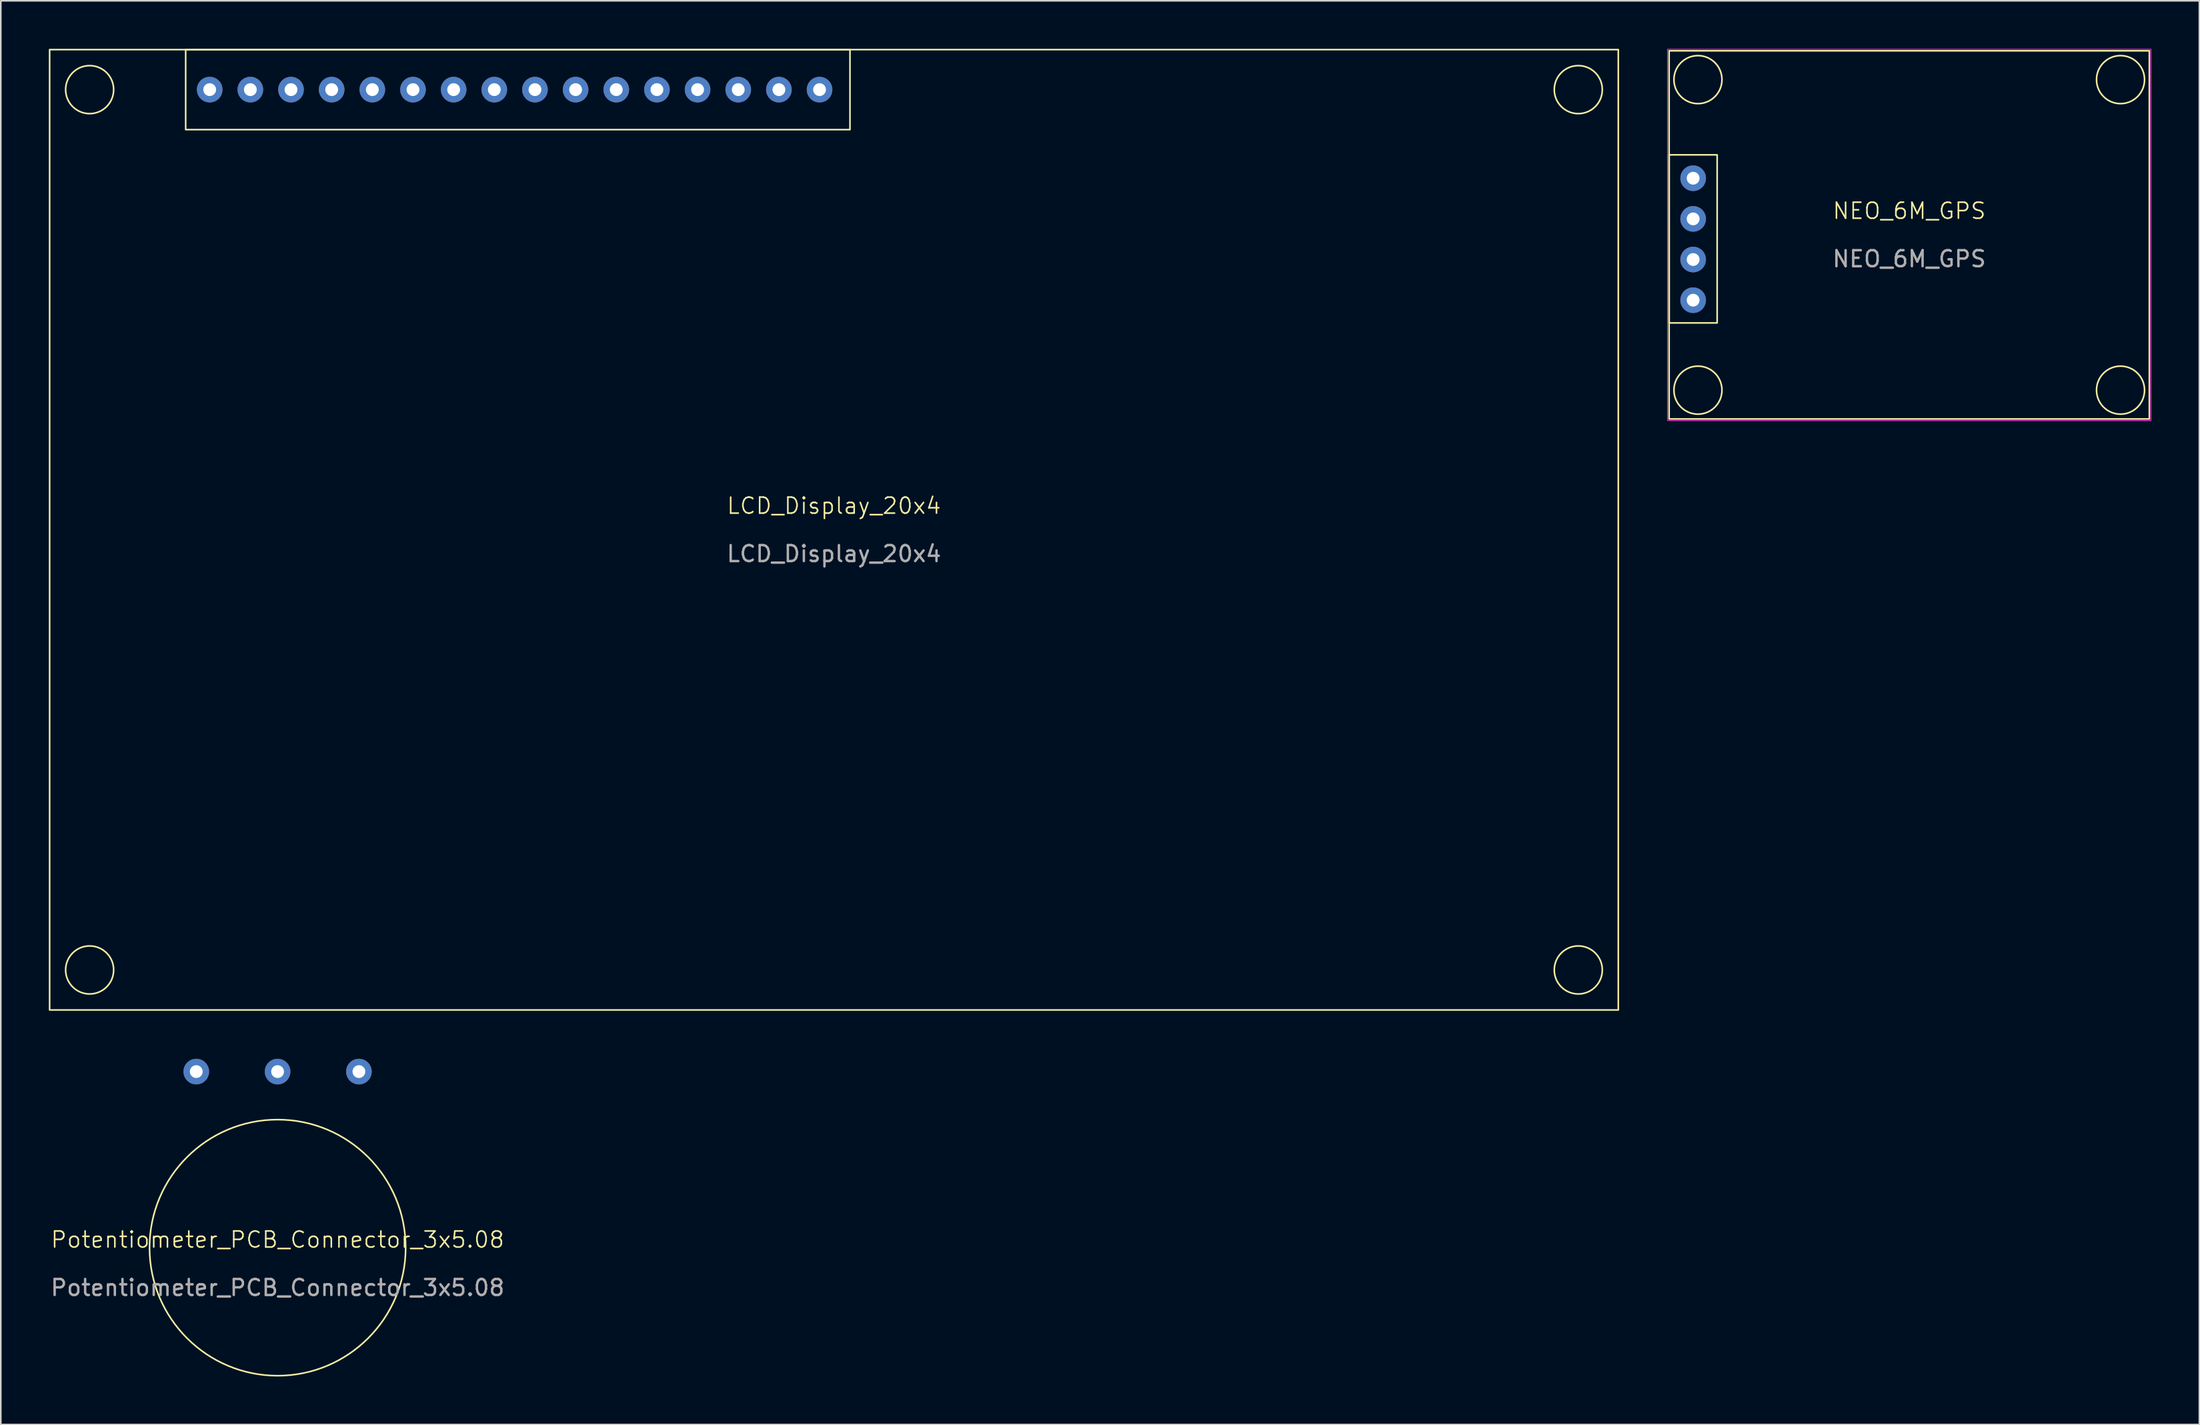
<source format=kicad_pcb>
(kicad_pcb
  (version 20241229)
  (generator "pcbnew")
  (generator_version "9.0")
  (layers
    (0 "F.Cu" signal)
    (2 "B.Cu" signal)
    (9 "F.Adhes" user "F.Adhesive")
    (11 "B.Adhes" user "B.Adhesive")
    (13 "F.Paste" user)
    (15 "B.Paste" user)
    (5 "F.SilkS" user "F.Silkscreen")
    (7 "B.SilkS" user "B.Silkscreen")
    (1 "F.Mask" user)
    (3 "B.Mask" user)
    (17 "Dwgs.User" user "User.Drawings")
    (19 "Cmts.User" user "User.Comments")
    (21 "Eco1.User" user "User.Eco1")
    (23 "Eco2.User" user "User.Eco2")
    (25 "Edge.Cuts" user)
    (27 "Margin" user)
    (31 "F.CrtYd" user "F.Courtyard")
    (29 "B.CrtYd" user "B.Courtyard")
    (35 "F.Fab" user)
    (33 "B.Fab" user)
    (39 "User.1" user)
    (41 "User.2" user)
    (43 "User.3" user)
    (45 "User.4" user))
  (footprint "NEO_6M_GPS"
    (layer "F.Cu")
    (at 116.225 11.625)
    (property "Reference" "NEO_6M_GPS" (at 0 -1.5 0) (unlocked yes) (layer "F.SilkS") (effects (font (size 1 1) (thickness 0.1))))
    (attr through_hole)
    (fp_rect (start -15 -11.5) (end 15 11.5) (stroke (width 0.1) (type default)) (fill no) (layer "F.SilkS"))
    (fp_rect (start -15 -5) (end -12 5.5) (stroke (width 0.1) (type default)) (fill no) (layer "F.SilkS"))
    (fp_circle (center -13.2 -9.7) (end -11.7 -9.7) (stroke (width 0.1) (type default)) (fill no) (layer "F.SilkS"))
    (fp_circle (center -13.2 9.7) (end -11.7 9.7) (stroke (width 0.1) (type default)) (fill no) (layer "F.SilkS"))
    (fp_circle (center 13.2 -9.7) (end 14.7 -9.7) (stroke (width 0.1) (type default)) (fill no) (layer "F.SilkS"))
    (fp_circle (center 13.2 9.7) (end 14.7 9.7) (stroke (width 0.1) (type default)) (fill no) (layer "F.SilkS"))
    (fp_rect (start -15.1 -11.6) (end 15.1 11.6) (stroke (width 0.05) (type default)) (fill no) (layer "F.CrtYd"))
    (fp_text user "${REFERENCE}" (at 0 1.5 0) (unlocked yes) (layer "F.Fab") (effects (font (size 1 1) (thickness 0.15))))
    (pad "1" thru_hole circle (at -13.5 4.08) (size 1.6 1.6) (drill 0.8) (layers "*.Cu" "*.Mask"))
    (pad "2" thru_hole circle (at -13.5 1.54) (size 1.6 1.6) (drill 0.8) (layers "*.Cu" "*.Mask"))
    (pad "3" thru_hole circle (at -13.5 -1) (size 1.6 1.6) (drill 0.8) (layers "*.Cu" "*.Mask"))
    (pad "4" thru_hole circle (at -13.5 -3.54) (size 1.6 1.6) (drill 0.8) (layers "*.Cu" "*.Mask")))
  (footprint "LCD_Display_20x4"
    (layer "F.Cu")
    (at 49.05 30.05)
    (property "Reference" "LCD_Display_20x4" (at 0 -1.5 0) (unlocked yes) (layer "F.SilkS") (effects (font (size 1 1) (thickness 0.1))))
    (attr through_hole)
    (fp_rect (start -49 -30) (end 49 30) (stroke (width 0.1) (type default)) (fill no) (layer "F.SilkS"))
    (fp_rect (start -40.5 -30) (end 1 -25) (stroke (width 0.1) (type default)) (fill no) (layer "F.SilkS"))
    (fp_circle (center -46.5 -27.5) (end -45 -27.5) (stroke (width 0.1) (type default)) (fill no) (layer "F.SilkS"))
    (fp_circle (center -46.5 27.5) (end -45 27.5) (stroke (width 0.1) (type default)) (fill no) (layer "F.SilkS"))
    (fp_circle (center 46.5 -27.5) (end 48 -27.5) (stroke (width 0.1) (type default)) (fill no) (layer "F.SilkS"))
    (fp_circle (center 46.5 27.5) (end 48 27.5) (stroke (width 0.1) (type default)) (fill no) (layer "F.SilkS"))
    (fp_text user "${REFERENCE}" (at 0 1.5 0) (unlocked yes) (layer "F.Fab") (effects (font (size 1 1) (thickness 0.15))))
    (pad "1" thru_hole circle (at -39 -27.5) (size 1.6 1.6) (drill 0.8) (layers "*.Cu" "*.Mask"))
    (pad "2" thru_hole circle (at -36.46 -27.5) (size 1.6 1.6) (drill 0.8) (layers "*.Cu" "*.Mask"))
    (pad "3" thru_hole circle (at -33.92 -27.5) (size 1.6 1.6) (drill 0.8) (layers "*.Cu" "*.Mask"))
    (pad "4" thru_hole circle (at -31.38 -27.5) (size 1.6 1.6) (drill 0.8) (layers "*.Cu" "*.Mask"))
    (pad "5" thru_hole circle (at -28.84 -27.5) (size 1.6 1.6) (drill 0.8) (layers "*.Cu" "*.Mask"))
    (pad "6" thru_hole circle (at -26.3 -27.5) (size 1.6 1.6) (drill 0.8) (layers "*.Cu" "*.Mask"))
    (pad "7" thru_hole circle (at -23.76 -27.5) (size 1.6 1.6) (drill 0.8) (layers "*.Cu" "*.Mask"))
    (pad "8" thru_hole circle (at -21.22 -27.5) (size 1.6 1.6) (drill 0.8) (layers "*.Cu" "*.Mask"))
    (pad "9" thru_hole circle (at -18.68 -27.5) (size 1.6 1.6) (drill 0.8) (layers "*.Cu" "*.Mask"))
    (pad "10" thru_hole circle (at -16.14 -27.5) (size 1.6 1.6) (drill 0.8) (layers "*.Cu" "*.Mask"))
    (pad "11" thru_hole circle (at -13.6 -27.5) (size 1.6 1.6) (drill 0.8) (layers "*.Cu" "*.Mask"))
    (pad "12" thru_hole circle (at -11.06 -27.5) (size 1.6 1.6) (drill 0.8) (layers "*.Cu" "*.Mask"))
    (pad "13" thru_hole circle (at -8.52 -27.5) (size 1.6 1.6) (drill 0.8) (layers "*.Cu" "*.Mask"))
    (pad "14" thru_hole circle (at -5.98 -27.5) (size 1.6 1.6) (drill 0.8) (layers "*.Cu" "*.Mask"))
    (pad "15" thru_hole circle (at -3.44 -27.5) (size 1.6 1.6) (drill 0.8) (layers "*.Cu" "*.Mask"))
    (pad "16" thru_hole circle (at -0.9 -27.5) (size 1.6 1.6) (drill 0.8) (layers "*.Cu" "*.Mask")))
  (footprint "Potentiometer_PCB_Connector_3x5.08"
    (layer "F.Cu")
    (at 14.292 74.9)
    (property "Reference" "Potentiometer_PCB_Connector_3x5.08" (at 0 -0.5 0) (unlocked yes) (layer "F.SilkS") (effects (font (size 1 1) (thickness 0.1))))
    (attr through_hole)
    (fp_circle (center 0 0) (end 8 0) (stroke (width 0.1) (type default)) (fill no) (layer "F.SilkS"))
    (fp_text user "${REFERENCE}" (at 0 2.5 0) (unlocked yes) (layer "F.Fab") (effects (font (size 1 1) (thickness 0.15))))
    (pad "1" thru_hole circle (at -5.08 -11) (size 1.6 1.6) (drill 0.8) (layers "*.Cu" "*.Mask"))
    (pad "2" thru_hole circle (at 0 -11) (size 1.6 1.6) (drill 0.8) (layers "*.Cu" "*.Mask"))
    (pad "3" thru_hole circle (at 5.08 -11) (size 1.6 1.6) (drill 0.8) (layers "*.Cu" "*.Mask")))
  (gr_rect
    (start -3 -3)
    (end 134.35 85.95)
    (stroke (width 0.1) (type default))
    (fill no)
    (layer "Edge.Cuts")))
</source>
